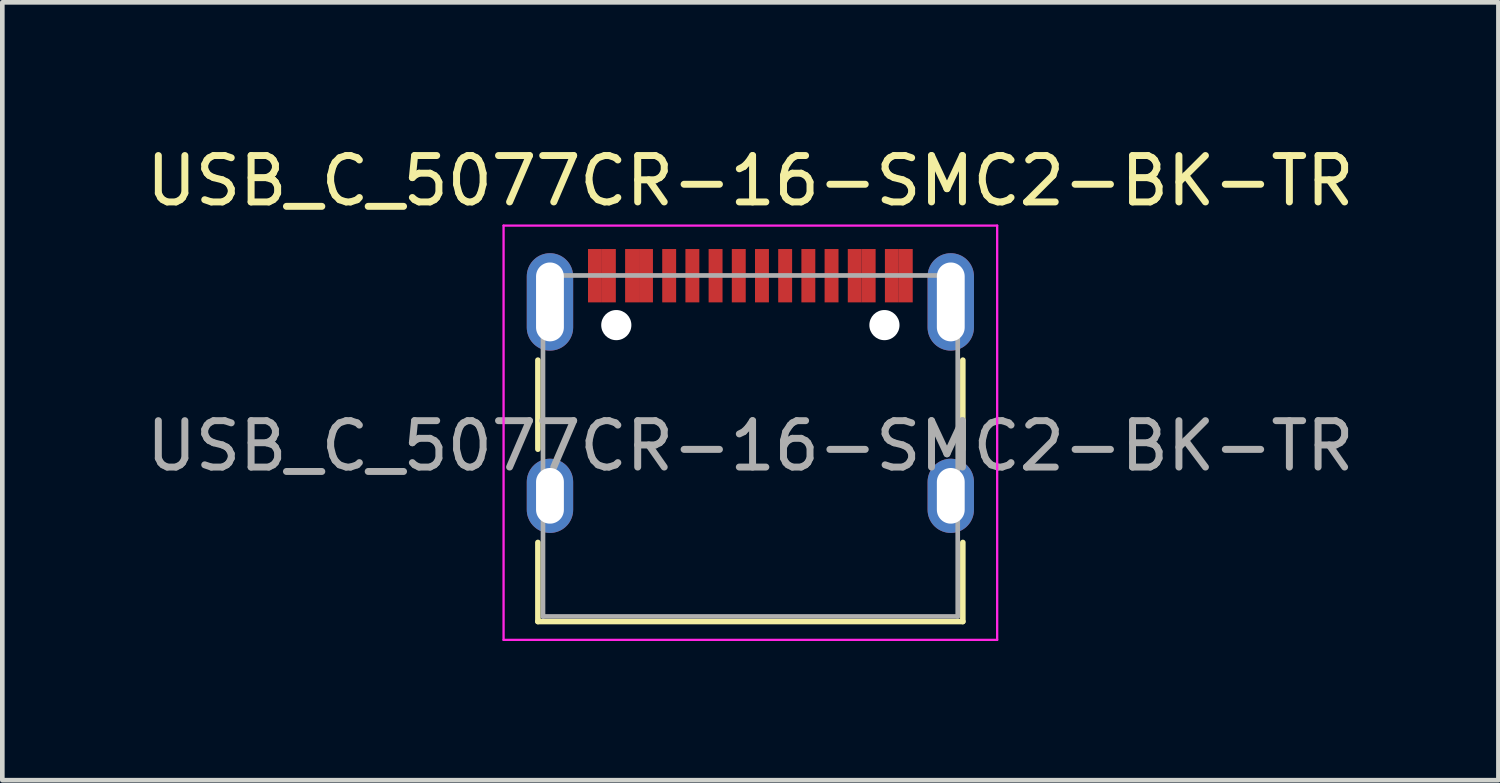
<source format=kicad_pcb>
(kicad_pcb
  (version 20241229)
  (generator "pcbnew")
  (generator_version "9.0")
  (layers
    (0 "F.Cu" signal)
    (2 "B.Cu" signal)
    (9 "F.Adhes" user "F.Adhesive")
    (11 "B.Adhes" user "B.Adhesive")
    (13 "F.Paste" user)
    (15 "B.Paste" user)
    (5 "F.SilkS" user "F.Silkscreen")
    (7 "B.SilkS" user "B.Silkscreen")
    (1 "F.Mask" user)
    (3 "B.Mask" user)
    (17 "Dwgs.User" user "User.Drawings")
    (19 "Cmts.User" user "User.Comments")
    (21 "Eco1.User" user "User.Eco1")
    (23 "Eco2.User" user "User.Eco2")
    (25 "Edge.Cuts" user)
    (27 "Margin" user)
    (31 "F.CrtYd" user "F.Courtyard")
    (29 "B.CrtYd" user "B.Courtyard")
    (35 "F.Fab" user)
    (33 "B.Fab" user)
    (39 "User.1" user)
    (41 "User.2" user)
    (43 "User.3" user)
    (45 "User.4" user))
  (footprint "USB_C_5077CR-16-SMC2-BK-TR"
    (layer "F.Cu")
    (at 13.125 6.563)
    (property "Reference" "USB_C_5077CR-16-SMC2-BK-TR" (at 0 -5.715 180) (layer "F.SilkS") (effects (font (size 1 1) (thickness 0.15))))
    (attr smd)
    (fp_line (start -4.58 -1.85) (end -4.58 0.07) (stroke (width 0.12) (type solid)) (layer "F.SilkS"))
    (fp_line (start -4.58 3.785) (end -4.58 2.08) (stroke (width 0.12) (type solid)) (layer "F.SilkS"))
    (fp_line (start 4.58 0.07) (end 4.58 -1.85) (stroke (width 0.12) (type solid)) (layer "F.SilkS"))
    (fp_line (start 4.58 2.08) (end 4.58 3.785) (stroke (width 0.12) (type solid)) (layer "F.SilkS"))
    (fp_line (start 4.58 3.785) (end -4.58 3.785) (stroke (width 0.12) (type solid)) (layer "F.SilkS"))
    (fp_line (start -5.32 -4.75) (end 5.32 -4.75) (stroke (width 0.05) (type solid)) (layer "F.CrtYd"))
    (fp_line (start -5.32 4.18) (end -5.32 -4.75) (stroke (width 0.05) (type solid)) (layer "F.CrtYd"))
    (fp_line (start 5.32 -4.75) (end 5.32 4.18) (stroke (width 0.05) (type solid)) (layer "F.CrtYd"))
    (fp_line (start 5.32 4.18) (end -5.32 4.18) (stroke (width 0.05) (type solid)) (layer "F.CrtYd"))
    (fp_line (start -4.47 -3.675) (end -4.47 3.675) (stroke (width 0.1) (type solid)) (layer "F.Fab"))
    (fp_line (start -4.47 -3.675) (end 4.47 -3.675) (stroke (width 0.1) (type solid)) (layer "F.Fab"))
    (fp_line (start -4.47 3.675) (end 4.47 3.675) (stroke (width 0.1) (type solid)) (layer "F.Fab"))
    (fp_line (start 4.47 3.675) (end 4.47 -3.675) (stroke (width 0.1) (type solid)) (layer "F.Fab"))
    (fp_text user "${REFERENCE}" (at 0 0 180) (layer "F.Fab") (effects (font (size 1 1) (thickness 0.15))))
    (pad "" np_thru_hole circle (at -2.89 -2.605) (size 0.65 0.65) (drill 0.65) (layers "*.Cu" "*.Mask"))
    (pad "" np_thru_hole circle (at 2.89 -2.605) (size 0.65 0.65) (drill 0.65) (layers "*.Cu" "*.Mask"))
    (pad "A1" smd rect (at -3.35 -3.67) (size 0.3 1.15) (layers "F.Cu" "F.Mask" "F.Paste"))
    (pad "A4" smd rect (at -2.55 -3.67) (size 0.3 1.15) (layers "F.Cu" "F.Mask" "F.Paste"))
    (pad "A5" smd rect (at -1.25 -3.67) (size 0.3 1.15) (layers "F.Cu" "F.Mask" "F.Paste"))
    (pad "A6" smd rect (at -0.25 -3.67) (size 0.3 1.15) (layers "F.Cu" "F.Mask" "F.Paste"))
    (pad "A7" smd rect (at 0.25 -3.67) (size 0.3 1.15) (layers "F.Cu" "F.Mask" "F.Paste"))
    (pad "A8" smd rect (at 1.25 -3.67) (size 0.3 1.15) (layers "F.Cu" "F.Mask" "F.Paste"))
    (pad "A9" smd rect (at 2.55 -3.67) (size 0.3 1.15) (layers "F.Cu" "F.Mask" "F.Paste"))
    (pad "A12" smd rect (at 3.35 -3.67) (size 0.3 1.15) (layers "F.Cu" "F.Mask" "F.Paste"))
    (pad "B1" smd rect (at 3.05 -3.67) (size 0.3 1.15) (layers "F.Cu" "F.Mask" "F.Paste"))
    (pad "B4" smd rect (at 2.25 -3.67) (size 0.3 1.15) (layers "F.Cu" "F.Mask" "F.Paste"))
    (pad "B5" smd rect (at 1.75 -3.67) (size 0.3 1.15) (layers "F.Cu" "F.Mask" "F.Paste"))
    (pad "B6" smd rect (at 0.75 -3.67) (size 0.3 1.15) (layers "F.Cu" "F.Mask" "F.Paste"))
    (pad "B7" smd rect (at -0.75 -3.67) (size 0.3 1.15) (layers "F.Cu" "F.Mask" "F.Paste"))
    (pad "B8" smd rect (at -1.75 -3.67) (size 0.3 1.15) (layers "F.Cu" "F.Mask" "F.Paste"))
    (pad "B9" smd rect (at -2.25 -3.67) (size 0.3 1.15) (layers "F.Cu" "F.Mask" "F.Paste"))
    (pad "B12" smd rect (at -3.05 -3.67) (size 0.3 1.15) (layers "F.Cu" "F.Mask" "F.Paste"))
    (pad "S1" thru_hole oval (at -4.32 -3.105) (size 1 2.1) (drill oval 0.6 1.7) (layers "*.Cu" "*.Mask"))
    (pad "S1" thru_hole oval (at -4.32 1.075) (size 1 1.6) (drill oval 0.6 1.2) (layers "*.Cu" "*.Mask"))
    (pad "S1" thru_hole oval (at 4.32 -3.105) (size 1 2.1) (drill oval 0.6 1.7) (layers "*.Cu" "*.Mask"))
    (pad "S1" thru_hole oval (at 4.32 1.075) (size 1 1.6) (drill oval 0.6 1.2) (layers "*.Cu" "*.Mask")))
  (gr_rect
    (start -3 -3)
    (end 29.25 13.768)
    (stroke (width 0.1) (type default))
    (fill no)
    (layer "Edge.Cuts")))
</source>
